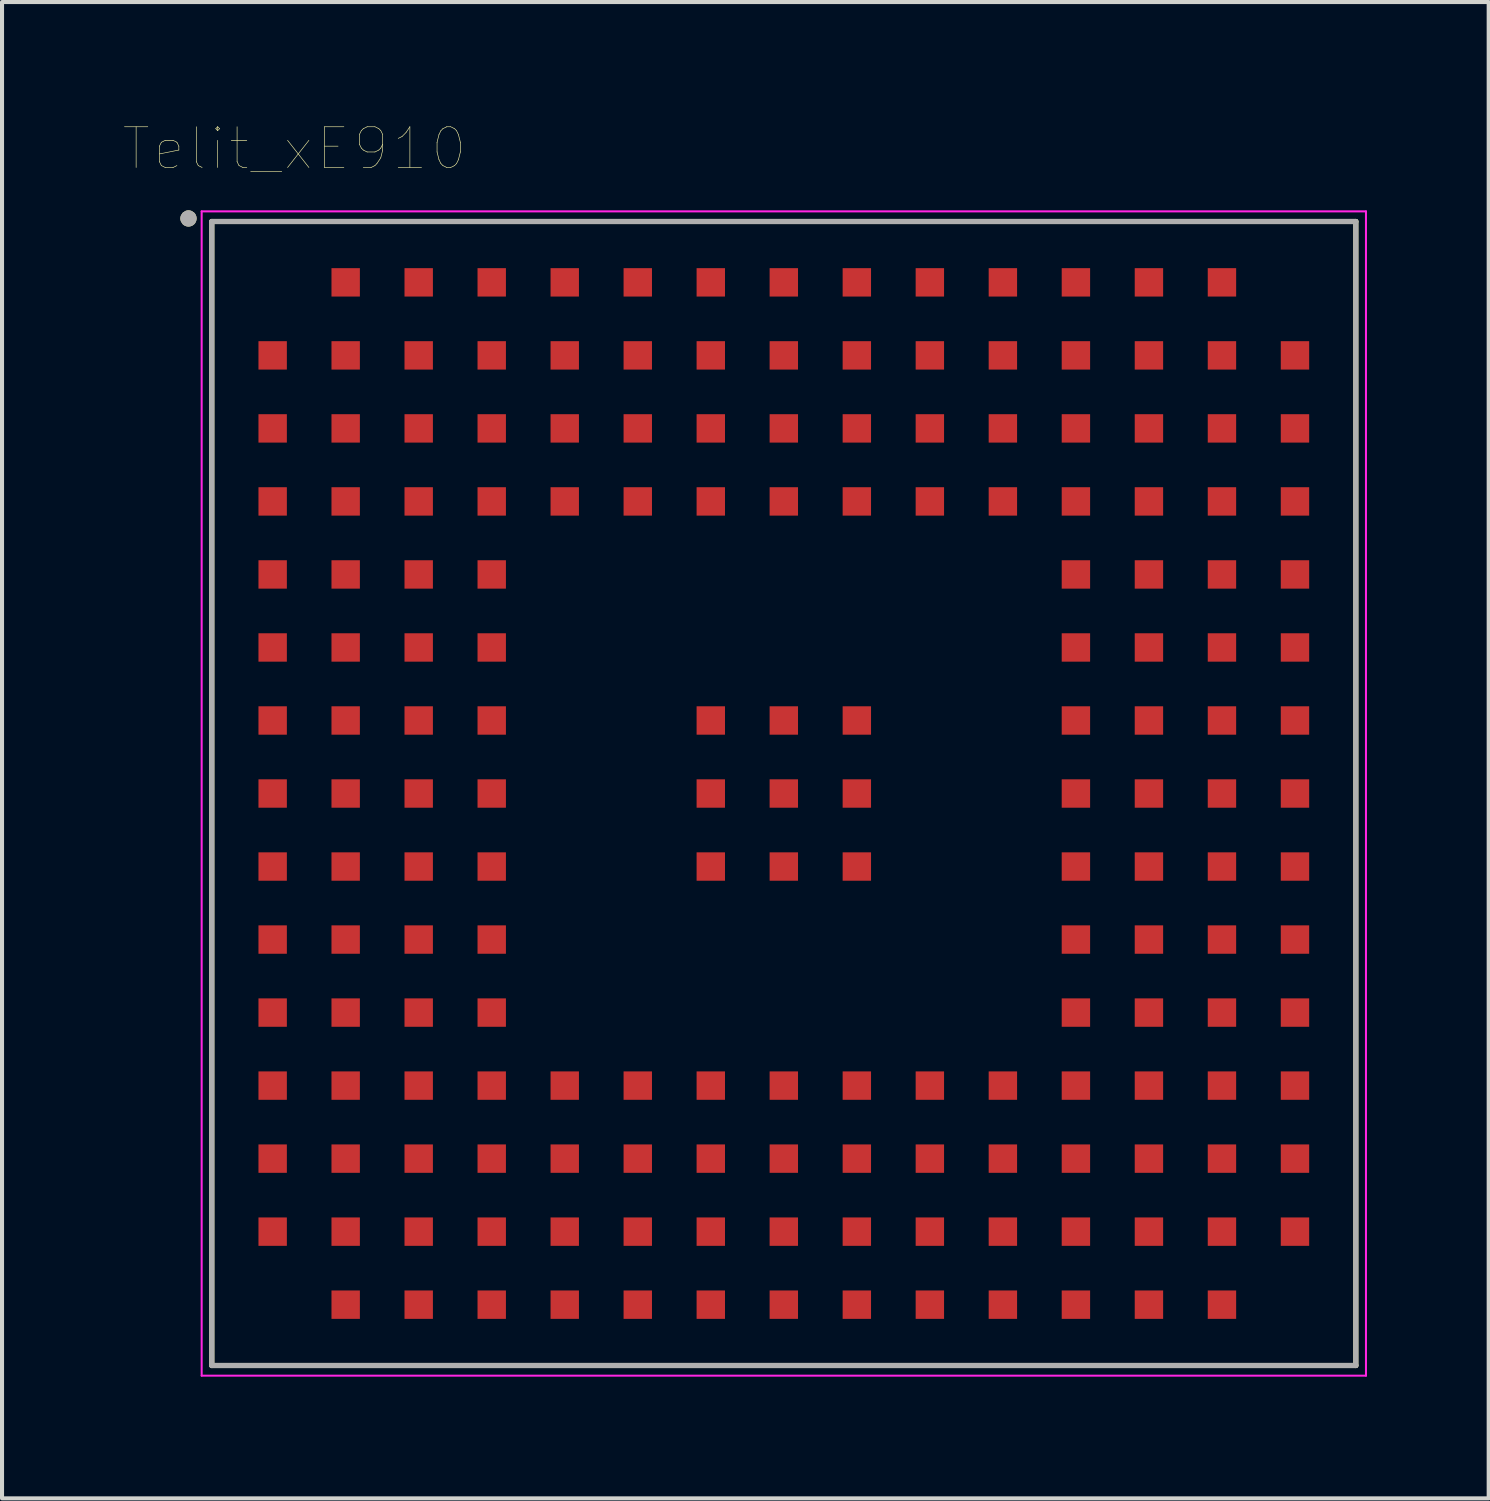
<source format=kicad_pcb>
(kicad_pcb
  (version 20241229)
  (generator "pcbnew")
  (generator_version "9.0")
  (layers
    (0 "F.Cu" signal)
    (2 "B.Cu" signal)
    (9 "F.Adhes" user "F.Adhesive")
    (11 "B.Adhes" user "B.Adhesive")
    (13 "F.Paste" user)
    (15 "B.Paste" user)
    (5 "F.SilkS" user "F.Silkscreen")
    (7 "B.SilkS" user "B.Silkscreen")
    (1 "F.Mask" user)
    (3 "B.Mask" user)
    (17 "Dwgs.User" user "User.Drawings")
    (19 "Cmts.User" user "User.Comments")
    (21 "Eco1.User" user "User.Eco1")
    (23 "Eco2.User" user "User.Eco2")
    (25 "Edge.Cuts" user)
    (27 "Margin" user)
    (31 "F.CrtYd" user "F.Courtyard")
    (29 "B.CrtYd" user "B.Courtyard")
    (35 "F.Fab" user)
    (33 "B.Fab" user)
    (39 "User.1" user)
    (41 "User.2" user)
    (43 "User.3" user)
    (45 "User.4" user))
  (footprint "Telit_xE910"
    (layer "F.Cu")
    (at 16.271 16.51)
    (property "Reference" "Telit_xE910" (at -12.065 -15.895 0) (layer "F.SilkS") (effects (font (size 1.005 1.005) (thickness 0.015))))
    (attr through_hole)
    (fp_line (start -14.1 14.1) (end -14.1 -14.1) (stroke (width 0.127) (type solid)) (layer "F.SilkS"))
    (fp_line (start 14.1 -14.1) (end -14.1 -14.1) (stroke (width 0.127) (type solid)) (layer "F.SilkS"))
    (fp_line (start 14.1 14.1) (end -14.1 14.1) (stroke (width 0.127) (type solid)) (layer "F.SilkS"))
    (fp_line (start 14.1 14.1) (end 14.1 -14.1) (stroke (width 0.127) (type solid)) (layer "F.SilkS"))
    (fp_circle (center -14.675 -14.175) (end -14.575 -14.175) (stroke (width 0.2) (type solid)) (fill no) (layer "F.SilkS"))
    (fp_line (start -14.35 -14.35) (end 14.35 -14.35) (stroke (width 0.05) (type solid)) (layer "F.CrtYd"))
    (fp_line (start -14.35 14.35) (end -14.35 -14.35) (stroke (width 0.05) (type solid)) (layer "F.CrtYd"))
    (fp_line (start -14.35 14.35) (end 14.35 14.35) (stroke (width 0.05) (type solid)) (layer "F.CrtYd"))
    (fp_line (start 14.35 14.35) (end 14.35 -14.35) (stroke (width 0.05) (type solid)) (layer "F.CrtYd"))
    (fp_line (start -14.1 14.1) (end -14.1 -14.1) (stroke (width 0.127) (type solid)) (layer "F.Fab"))
    (fp_line (start 14.1 -14.1) (end -14.1 -14.1) (stroke (width 0.127) (type solid)) (layer "F.Fab"))
    (fp_line (start 14.1 14.1) (end -14.1 14.1) (stroke (width 0.127) (type solid)) (layer "F.Fab"))
    (fp_line (start 14.1 14.1) (end 14.1 -14.1) (stroke (width 0.127) (type solid)) (layer "F.Fab"))
    (fp_circle (center -14.675 -14.175) (end -14.575 -14.175) (stroke (width 0.2) (type solid)) (fill no) (layer "F.Fab"))
    (pad "A2" smd rect (at -12.6 -10.8) (size 0.7 0.7) (layers "F.Cu" "F.Mask" "F.Paste"))
    (pad "A3" smd rect (at -12.6 -9) (size 0.7 0.7) (layers "F.Cu" "F.Mask" "F.Paste"))
    (pad "A4" smd rect (at -12.6 -7.2) (size 0.7 0.7) (layers "F.Cu" "F.Mask" "F.Paste"))
    (pad "A5" smd rect (at -12.6 -5.4) (size 0.7 0.7) (layers "F.Cu" "F.Mask" "F.Paste"))
    (pad "A6" smd rect (at -12.6 -3.6) (size 0.7 0.7) (layers "F.Cu" "F.Mask" "F.Paste"))
    (pad "A7" smd rect (at -12.6 -1.8) (size 0.7 0.7) (layers "F.Cu" "F.Mask" "F.Paste"))
    (pad "A8" smd rect (at -12.6 0) (size 0.7 0.7) (layers "F.Cu" "F.Mask" "F.Paste"))
    (pad "A9" smd rect (at -12.6 1.8) (size 0.7 0.7) (layers "F.Cu" "F.Mask" "F.Paste"))
    (pad "A10" smd rect (at -12.6 3.6) (size 0.7 0.7) (layers "F.Cu" "F.Mask" "F.Paste"))
    (pad "A11" smd rect (at -12.6 5.4) (size 0.7 0.7) (layers "F.Cu" "F.Mask" "F.Paste"))
    (pad "A12" smd rect (at -12.6 7.2) (size 0.7 0.7) (layers "F.Cu" "F.Mask" "F.Paste"))
    (pad "A13" smd rect (at -12.6 9) (size 0.7 0.7) (layers "F.Cu" "F.Mask" "F.Paste"))
    (pad "A14" smd rect (at -12.6 10.8) (size 0.7 0.7) (layers "F.Cu" "F.Mask" "F.Paste"))
    (pad "B1" smd rect (at -10.8 -12.6) (size 0.7 0.7) (layers "F.Cu" "F.Mask" "F.Paste"))
    (pad "B2" smd rect (at -10.8 -10.8) (size 0.7 0.7) (layers "F.Cu" "F.Mask" "F.Paste"))
    (pad "B3" smd rect (at -10.8 -9) (size 0.7 0.7) (layers "F.Cu" "F.Mask" "F.Paste"))
    (pad "B4" smd rect (at -10.8 -7.2) (size 0.7 0.7) (layers "F.Cu" "F.Mask" "F.Paste"))
    (pad "B5" smd rect (at -10.8 -5.4) (size 0.7 0.7) (layers "F.Cu" "F.Mask" "F.Paste"))
    (pad "B6" smd rect (at -10.8 -3.6) (size 0.7 0.7) (layers "F.Cu" "F.Mask" "F.Paste"))
    (pad "B7" smd rect (at -10.8 -1.8) (size 0.7 0.7) (layers "F.Cu" "F.Mask" "F.Paste"))
    (pad "B8" smd rect (at -10.8 0) (size 0.7 0.7) (layers "F.Cu" "F.Mask" "F.Paste"))
    (pad "B9" smd rect (at -10.8 1.8) (size 0.7 0.7) (layers "F.Cu" "F.Mask" "F.Paste"))
    (pad "B10" smd rect (at -10.8 3.6) (size 0.7 0.7) (layers "F.Cu" "F.Mask" "F.Paste"))
    (pad "B11" smd rect (at -10.8 5.4) (size 0.7 0.7) (layers "F.Cu" "F.Mask" "F.Paste"))
    (pad "B12" smd rect (at -10.8 7.2) (size 0.7 0.7) (layers "F.Cu" "F.Mask" "F.Paste"))
    (pad "B13" smd rect (at -10.8 9) (size 0.7 0.7) (layers "F.Cu" "F.Mask" "F.Paste"))
    (pad "B14" smd rect (at -10.8 10.8) (size 0.7 0.7) (layers "F.Cu" "F.Mask" "F.Paste"))
    (pad "B15" smd rect (at -10.8 12.6) (size 0.7 0.7) (layers "F.Cu" "F.Mask" "F.Paste"))
    (pad "C1" smd rect (at -9 -12.6) (size 0.7 0.7) (layers "F.Cu" "F.Mask" "F.Paste"))
    (pad "C2" smd rect (at -9 -10.8) (size 0.7 0.7) (layers "F.Cu" "F.Mask" "F.Paste"))
    (pad "C3" smd rect (at -9 -9) (size 0.7 0.7) (layers "F.Cu" "F.Mask" "F.Paste"))
    (pad "C4" smd rect (at -9 -7.2) (size 0.7 0.7) (layers "F.Cu" "F.Mask" "F.Paste"))
    (pad "C5" smd rect (at -9 -5.4) (size 0.7 0.7) (layers "F.Cu" "F.Mask" "F.Paste"))
    (pad "C6" smd rect (at -9 -3.6) (size 0.7 0.7) (layers "F.Cu" "F.Mask" "F.Paste"))
    (pad "C7" smd rect (at -9 -1.8) (size 0.7 0.7) (layers "F.Cu" "F.Mask" "F.Paste"))
    (pad "C8" smd rect (at -9 0) (size 0.7 0.7) (layers "F.Cu" "F.Mask" "F.Paste"))
    (pad "C9" smd rect (at -9 1.8) (size 0.7 0.7) (layers "F.Cu" "F.Mask" "F.Paste"))
    (pad "C10" smd rect (at -9 3.6) (size 0.7 0.7) (layers "F.Cu" "F.Mask" "F.Paste"))
    (pad "C11" smd rect (at -9 5.4) (size 0.7 0.7) (layers "F.Cu" "F.Mask" "F.Paste"))
    (pad "C12" smd rect (at -9 7.2) (size 0.7 0.7) (layers "F.Cu" "F.Mask" "F.Paste"))
    (pad "C13" smd rect (at -9 9) (size 0.7 0.7) (layers "F.Cu" "F.Mask" "F.Paste"))
    (pad "C14" smd rect (at -9 10.8) (size 0.7 0.7) (layers "F.Cu" "F.Mask" "F.Paste"))
    (pad "C15" smd rect (at -9 12.6) (size 0.7 0.7) (layers "F.Cu" "F.Mask" "F.Paste"))
    (pad "D1" smd rect (at -7.2 -12.6) (size 0.7 0.7) (layers "F.Cu" "F.Mask" "F.Paste"))
    (pad "D2" smd rect (at -7.2 -10.8) (size 0.7 0.7) (layers "F.Cu" "F.Mask" "F.Paste"))
    (pad "D3" smd rect (at -7.2 -9) (size 0.7 0.7) (layers "F.Cu" "F.Mask" "F.Paste"))
    (pad "D4" smd rect (at -7.2 -7.2) (size 0.7 0.7) (layers "F.Cu" "F.Mask" "F.Paste"))
    (pad "D5" smd rect (at -7.2 -5.4) (size 0.7 0.7) (layers "F.Cu" "F.Mask" "F.Paste"))
    (pad "D6" smd rect (at -7.2 -3.6) (size 0.7 0.7) (layers "F.Cu" "F.Mask" "F.Paste"))
    (pad "D7" smd rect (at -7.2 -1.8) (size 0.7 0.7) (layers "F.Cu" "F.Mask" "F.Paste"))
    (pad "D8" smd rect (at -7.2 0) (size 0.7 0.7) (layers "F.Cu" "F.Mask" "F.Paste"))
    (pad "D9" smd rect (at -7.2 1.8) (size 0.7 0.7) (layers "F.Cu" "F.Mask" "F.Paste"))
    (pad "D10" smd rect (at -7.2 3.6) (size 0.7 0.7) (layers "F.Cu" "F.Mask" "F.Paste"))
    (pad "D11" smd rect (at -7.2 5.4) (size 0.7 0.7) (layers "F.Cu" "F.Mask" "F.Paste"))
    (pad "D12" smd rect (at -7.2 7.2) (size 0.7 0.7) (layers "F.Cu" "F.Mask" "F.Paste"))
    (pad "D13" smd rect (at -7.2 9) (size 0.7 0.7) (layers "F.Cu" "F.Mask" "F.Paste"))
    (pad "D14" smd rect (at -7.2 10.8) (size 0.7 0.7) (layers "F.Cu" "F.Mask" "F.Paste"))
    (pad "D15" smd rect (at -7.2 12.6) (size 0.7 0.7) (layers "F.Cu" "F.Mask" "F.Paste"))
    (pad "E1" smd rect (at -5.4 -12.6) (size 0.7 0.7) (layers "F.Cu" "F.Mask" "F.Paste"))
    (pad "E2" smd rect (at -5.4 -10.8) (size 0.7 0.7) (layers "F.Cu" "F.Mask" "F.Paste"))
    (pad "E3" smd rect (at -5.4 -9) (size 0.7 0.7) (layers "F.Cu" "F.Mask" "F.Paste"))
    (pad "E4" smd rect (at -5.4 -7.2) (size 0.7 0.7) (layers "F.Cu" "F.Mask" "F.Paste"))
    (pad "E12" smd rect (at -5.4 7.2) (size 0.7 0.7) (layers "F.Cu" "F.Mask" "F.Paste"))
    (pad "E13" smd rect (at -5.4 9) (size 0.7 0.7) (layers "F.Cu" "F.Mask" "F.Paste"))
    (pad "E14" smd rect (at -5.4 10.8) (size 0.7 0.7) (layers "F.Cu" "F.Mask" "F.Paste"))
    (pad "E15" smd rect (at -5.4 12.6) (size 0.7 0.7) (layers "F.Cu" "F.Mask" "F.Paste"))
    (pad "F1" smd rect (at -3.6 -12.6) (size 0.7 0.7) (layers "F.Cu" "F.Mask" "F.Paste"))
    (pad "F2" smd rect (at -3.6 -10.8) (size 0.7 0.7) (layers "F.Cu" "F.Mask" "F.Paste"))
    (pad "F3" smd rect (at -3.6 -9) (size 0.7 0.7) (layers "F.Cu" "F.Mask" "F.Paste"))
    (pad "F4" smd rect (at -3.6 -7.2) (size 0.7 0.7) (layers "F.Cu" "F.Mask" "F.Paste"))
    (pad "F12" smd rect (at -3.6 7.2) (size 0.7 0.7) (layers "F.Cu" "F.Mask" "F.Paste"))
    (pad "F13" smd rect (at -3.6 9) (size 0.7 0.7) (layers "F.Cu" "F.Mask" "F.Paste"))
    (pad "F14" smd rect (at -3.6 10.8) (size 0.7 0.7) (layers "F.Cu" "F.Mask" "F.Paste"))
    (pad "F15" smd rect (at -3.6 12.6) (size 0.7 0.7) (layers "F.Cu" "F.Mask" "F.Paste"))
    (pad "G1" smd rect (at -1.8 -12.6) (size 0.7 0.7) (layers "F.Cu" "F.Mask" "F.Paste"))
    (pad "G2" smd rect (at -1.8 -10.8) (size 0.7 0.7) (layers "F.Cu" "F.Mask" "F.Paste"))
    (pad "G3" smd rect (at -1.8 -9) (size 0.7 0.7) (layers "F.Cu" "F.Mask" "F.Paste"))
    (pad "G4" smd rect (at -1.8 -7.2) (size 0.7 0.7) (layers "F.Cu" "F.Mask" "F.Paste"))
    (pad "G7" smd rect (at -1.8 -1.8) (size 0.7 0.7) (layers "F.Cu" "F.Mask" "F.Paste"))
    (pad "G8" smd rect (at -1.8 0) (size 0.7 0.7) (layers "F.Cu" "F.Mask" "F.Paste"))
    (pad "G9" smd rect (at -1.8 1.8) (size 0.7 0.7) (layers "F.Cu" "F.Mask" "F.Paste"))
    (pad "G12" smd rect (at -1.8 7.2) (size 0.7 0.7) (layers "F.Cu" "F.Mask" "F.Paste"))
    (pad "G13" smd rect (at -1.8 9) (size 0.7 0.7) (layers "F.Cu" "F.Mask" "F.Paste"))
    (pad "G14" smd rect (at -1.8 10.8) (size 0.7 0.7) (layers "F.Cu" "F.Mask" "F.Paste"))
    (pad "G15" smd rect (at -1.8 12.6) (size 0.7 0.7) (layers "F.Cu" "F.Mask" "F.Paste"))
    (pad "H1" smd rect (at 0 -12.6) (size 0.7 0.7) (layers "F.Cu" "F.Mask" "F.Paste"))
    (pad "H2" smd rect (at 0 -10.8) (size 0.7 0.7) (layers "F.Cu" "F.Mask" "F.Paste"))
    (pad "H3" smd rect (at 0 -9) (size 0.7 0.7) (layers "F.Cu" "F.Mask" "F.Paste"))
    (pad "H4" smd rect (at 0 -7.2) (size 0.7 0.7) (layers "F.Cu" "F.Mask" "F.Paste"))
    (pad "H7" smd rect (at 0 -1.8) (size 0.7 0.7) (layers "F.Cu" "F.Mask" "F.Paste"))
    (pad "H8" smd rect (at 0 0) (size 0.7 0.7) (layers "F.Cu" "F.Mask" "F.Paste"))
    (pad "H9" smd rect (at 0 1.8) (size 0.7 0.7) (layers "F.Cu" "F.Mask" "F.Paste"))
    (pad "H12" smd rect (at 0 7.2) (size 0.7 0.7) (layers "F.Cu" "F.Mask" "F.Paste"))
    (pad "H13" smd rect (at 0 9) (size 0.7 0.7) (layers "F.Cu" "F.Mask" "F.Paste"))
    (pad "H14" smd rect (at 0 10.8) (size 0.7 0.7) (layers "F.Cu" "F.Mask" "F.Paste"))
    (pad "H15" smd rect (at 0 12.6) (size 0.7 0.7) (layers "F.Cu" "F.Mask" "F.Paste"))
    (pad "J1" smd rect (at 1.8 -12.6) (size 0.7 0.7) (layers "F.Cu" "F.Mask" "F.Paste"))
    (pad "J2" smd rect (at 1.8 -10.8) (size 0.7 0.7) (layers "F.Cu" "F.Mask" "F.Paste"))
    (pad "J3" smd rect (at 1.8 -9) (size 0.7 0.7) (layers "F.Cu" "F.Mask" "F.Paste"))
    (pad "J4" smd rect (at 1.8 -7.2) (size 0.7 0.7) (layers "F.Cu" "F.Mask" "F.Paste"))
    (pad "J7" smd rect (at 1.8 -1.8) (size 0.7 0.7) (layers "F.Cu" "F.Mask" "F.Paste"))
    (pad "J8" smd rect (at 1.8 0) (size 0.7 0.7) (layers "F.Cu" "F.Mask" "F.Paste"))
    (pad "J9" smd rect (at 1.8 1.8) (size 0.7 0.7) (layers "F.Cu" "F.Mask" "F.Paste"))
    (pad "J12" smd rect (at 1.8 7.2) (size 0.7 0.7) (layers "F.Cu" "F.Mask" "F.Paste"))
    (pad "J13" smd rect (at 1.8 9) (size 0.7 0.7) (layers "F.Cu" "F.Mask" "F.Paste"))
    (pad "J14" smd rect (at 1.8 10.8) (size 0.7 0.7) (layers "F.Cu" "F.Mask" "F.Paste"))
    (pad "J15" smd rect (at 1.8 12.6) (size 0.7 0.7) (layers "F.Cu" "F.Mask" "F.Paste"))
    (pad "K1" smd rect (at 3.6 -12.6) (size 0.7 0.7) (layers "F.Cu" "F.Mask" "F.Paste"))
    (pad "K2" smd rect (at 3.6 -10.8) (size 0.7 0.7) (layers "F.Cu" "F.Mask" "F.Paste"))
    (pad "K3" smd rect (at 3.6 -9) (size 0.7 0.7) (layers "F.Cu" "F.Mask" "F.Paste"))
    (pad "K4" smd rect (at 3.6 -7.2) (size 0.7 0.7) (layers "F.Cu" "F.Mask" "F.Paste"))
    (pad "K12" smd rect (at 3.6 7.2) (size 0.7 0.7) (layers "F.Cu" "F.Mask" "F.Paste"))
    (pad "K13" smd rect (at 3.6 9) (size 0.7 0.7) (layers "F.Cu" "F.Mask" "F.Paste"))
    (pad "K14" smd rect (at 3.6 10.8) (size 0.7 0.7) (layers "F.Cu" "F.Mask" "F.Paste"))
    (pad "K15" smd rect (at 3.6 12.6) (size 0.7 0.7) (layers "F.Cu" "F.Mask" "F.Paste"))
    (pad "L1" smd rect (at 5.4 -12.6) (size 0.7 0.7) (layers "F.Cu" "F.Mask" "F.Paste"))
    (pad "L2" smd rect (at 5.4 -10.8) (size 0.7 0.7) (layers "F.Cu" "F.Mask" "F.Paste"))
    (pad "L3" smd rect (at 5.4 -9) (size 0.7 0.7) (layers "F.Cu" "F.Mask" "F.Paste"))
    (pad "L4" smd rect (at 5.4 -7.2) (size 0.7 0.7) (layers "F.Cu" "F.Mask" "F.Paste"))
    (pad "L12" smd rect (at 5.4 7.2) (size 0.7 0.7) (layers "F.Cu" "F.Mask" "F.Paste"))
    (pad "L13" smd rect (at 5.4 9) (size 0.7 0.7) (layers "F.Cu" "F.Mask" "F.Paste"))
    (pad "L14" smd rect (at 5.4 10.8) (size 0.7 0.7) (layers "F.Cu" "F.Mask" "F.Paste"))
    (pad "L15" smd rect (at 5.4 12.6) (size 0.7 0.7) (layers "F.Cu" "F.Mask" "F.Paste"))
    (pad "M1" smd rect (at 7.2 -12.6) (size 0.7 0.7) (layers "F.Cu" "F.Mask" "F.Paste"))
    (pad "M2" smd rect (at 7.2 -10.8) (size 0.7 0.7) (layers "F.Cu" "F.Mask" "F.Paste"))
    (pad "M3" smd rect (at 7.2 -9) (size 0.7 0.7) (layers "F.Cu" "F.Mask" "F.Paste"))
    (pad "M4" smd rect (at 7.2 -7.2) (size 0.7 0.7) (layers "F.Cu" "F.Mask" "F.Paste"))
    (pad "M5" smd rect (at 7.2 -5.4) (size 0.7 0.7) (layers "F.Cu" "F.Mask" "F.Paste"))
    (pad "M6" smd rect (at 7.2 -3.6) (size 0.7 0.7) (layers "F.Cu" "F.Mask" "F.Paste"))
    (pad "M7" smd rect (at 7.2 -1.8) (size 0.7 0.7) (layers "F.Cu" "F.Mask" "F.Paste"))
    (pad "M8" smd rect (at 7.2 0) (size 0.7 0.7) (layers "F.Cu" "F.Mask" "F.Paste"))
    (pad "M9" smd rect (at 7.2 1.8) (size 0.7 0.7) (layers "F.Cu" "F.Mask" "F.Paste"))
    (pad "M10" smd rect (at 7.2 3.6) (size 0.7 0.7) (layers "F.Cu" "F.Mask" "F.Paste"))
    (pad "M11" smd rect (at 7.2 5.4) (size 0.7 0.7) (layers "F.Cu" "F.Mask" "F.Paste"))
    (pad "M12" smd rect (at 7.2 7.2) (size 0.7 0.7) (layers "F.Cu" "F.Mask" "F.Paste"))
    (pad "M13" smd rect (at 7.2 9) (size 0.7 0.7) (layers "F.Cu" "F.Mask" "F.Paste"))
    (pad "M14" smd rect (at 7.2 10.8) (size 0.7 0.7) (layers "F.Cu" "F.Mask" "F.Paste"))
    (pad "M15" smd rect (at 7.2 12.6) (size 0.7 0.7) (layers "F.Cu" "F.Mask" "F.Paste"))
    (pad "N1" smd rect (at 9 -12.6) (size 0.7 0.7) (layers "F.Cu" "F.Mask" "F.Paste"))
    (pad "N2" smd rect (at 9 -10.8) (size 0.7 0.7) (layers "F.Cu" "F.Mask" "F.Paste"))
    (pad "N3" smd rect (at 9 -9) (size 0.7 0.7) (layers "F.Cu" "F.Mask" "F.Paste"))
    (pad "N4" smd rect (at 9 -7.2) (size 0.7 0.7) (layers "F.Cu" "F.Mask" "F.Paste"))
    (pad "N5" smd rect (at 9 -5.4) (size 0.7 0.7) (layers "F.Cu" "F.Mask" "F.Paste"))
    (pad "N6" smd rect (at 9 -3.6) (size 0.7 0.7) (layers "F.Cu" "F.Mask" "F.Paste"))
    (pad "N7" smd rect (at 9 -1.8) (size 0.7 0.7) (layers "F.Cu" "F.Mask" "F.Paste"))
    (pad "N8" smd rect (at 9 0) (size 0.7 0.7) (layers "F.Cu" "F.Mask" "F.Paste"))
    (pad "N9" smd rect (at 9 1.8) (size 0.7 0.7) (layers "F.Cu" "F.Mask" "F.Paste"))
    (pad "N10" smd rect (at 9 3.6) (size 0.7 0.7) (layers "F.Cu" "F.Mask" "F.Paste"))
    (pad "N11" smd rect (at 9 5.4) (size 0.7 0.7) (layers "F.Cu" "F.Mask" "F.Paste"))
    (pad "N12" smd rect (at 9 7.2) (size 0.7 0.7) (layers "F.Cu" "F.Mask" "F.Paste"))
    (pad "N13" smd rect (at 9 9) (size 0.7 0.7) (layers "F.Cu" "F.Mask" "F.Paste"))
    (pad "N14" smd rect (at 9 10.8) (size 0.7 0.7) (layers "F.Cu" "F.Mask" "F.Paste"))
    (pad "N15" smd rect (at 9 12.6) (size 0.7 0.7) (layers "F.Cu" "F.Mask" "F.Paste"))
    (pad "P1" smd rect (at 10.8 -12.6) (size 0.7 0.7) (layers "F.Cu" "F.Mask" "F.Paste"))
    (pad "P2" smd rect (at 10.8 -10.8) (size 0.7 0.7) (layers "F.Cu" "F.Mask" "F.Paste"))
    (pad "P3" smd rect (at 10.8 -9) (size 0.7 0.7) (layers "F.Cu" "F.Mask" "F.Paste"))
    (pad "P4" smd rect (at 10.8 -7.2) (size 0.7 0.7) (layers "F.Cu" "F.Mask" "F.Paste"))
    (pad "P5" smd rect (at 10.8 -5.4) (size 0.7 0.7) (layers "F.Cu" "F.Mask" "F.Paste"))
    (pad "P6" smd rect (at 10.8 -3.6) (size 0.7 0.7) (layers "F.Cu" "F.Mask" "F.Paste"))
    (pad "P7" smd rect (at 10.8 -1.8) (size 0.7 0.7) (layers "F.Cu" "F.Mask" "F.Paste"))
    (pad "P8" smd rect (at 10.8 0) (size 0.7 0.7) (layers "F.Cu" "F.Mask" "F.Paste"))
    (pad "P9" smd rect (at 10.8 1.8) (size 0.7 0.7) (layers "F.Cu" "F.Mask" "F.Paste"))
    (pad "P10" smd rect (at 10.8 3.6) (size 0.7 0.7) (layers "F.Cu" "F.Mask" "F.Paste"))
    (pad "P11" smd rect (at 10.8 5.4) (size 0.7 0.7) (layers "F.Cu" "F.Mask" "F.Paste"))
    (pad "P12" smd rect (at 10.8 7.2) (size 0.7 0.7) (layers "F.Cu" "F.Mask" "F.Paste"))
    (pad "P13" smd rect (at 10.8 9) (size 0.7 0.7) (layers "F.Cu" "F.Mask" "F.Paste"))
    (pad "P14" smd rect (at 10.8 10.8) (size 0.7 0.7) (layers "F.Cu" "F.Mask" "F.Paste"))
    (pad "P15" smd rect (at 10.8 12.6) (size 0.7 0.7) (layers "F.Cu" "F.Mask" "F.Paste"))
    (pad "R2" smd rect (at 12.6 -10.8) (size 0.7 0.7) (layers "F.Cu" "F.Mask" "F.Paste"))
    (pad "R3" smd rect (at 12.6 -9) (size 0.7 0.7) (layers "F.Cu" "F.Mask" "F.Paste"))
    (pad "R4" smd rect (at 12.6 -7.2) (size 0.7 0.7) (layers "F.Cu" "F.Mask" "F.Paste"))
    (pad "R5" smd rect (at 12.6 -5.4) (size 0.7 0.7) (layers "F.Cu" "F.Mask" "F.Paste"))
    (pad "R6" smd rect (at 12.6 -3.6) (size 0.7 0.7) (layers "F.Cu" "F.Mask" "F.Paste"))
    (pad "R7" smd rect (at 12.6 -1.8) (size 0.7 0.7) (layers "F.Cu" "F.Mask" "F.Paste"))
    (pad "R8" smd rect (at 12.6 0) (size 0.7 0.7) (layers "F.Cu" "F.Mask" "F.Paste"))
    (pad "R9" smd rect (at 12.6 1.8) (size 0.7 0.7) (layers "F.Cu" "F.Mask" "F.Paste"))
    (pad "R10" smd rect (at 12.6 3.6) (size 0.7 0.7) (layers "F.Cu" "F.Mask" "F.Paste"))
    (pad "R11" smd rect (at 12.6 5.4) (size 0.7 0.7) (layers "F.Cu" "F.Mask" "F.Paste"))
    (pad "R12" smd rect (at 12.6 7.2) (size 0.7 0.7) (layers "F.Cu" "F.Mask" "F.Paste"))
    (pad "R13" smd rect (at 12.6 9) (size 0.7 0.7) (layers "F.Cu" "F.Mask" "F.Paste"))
    (pad "R14" smd rect (at 12.6 10.8) (size 0.7 0.7) (layers "F.Cu" "F.Mask" "F.Paste")))
  (gr_rect
    (start -3 -3)
    (end 33.646 33.885)
    (stroke (width 0.1) (type default))
    (fill no)
    (layer "Edge.Cuts")))
</source>
